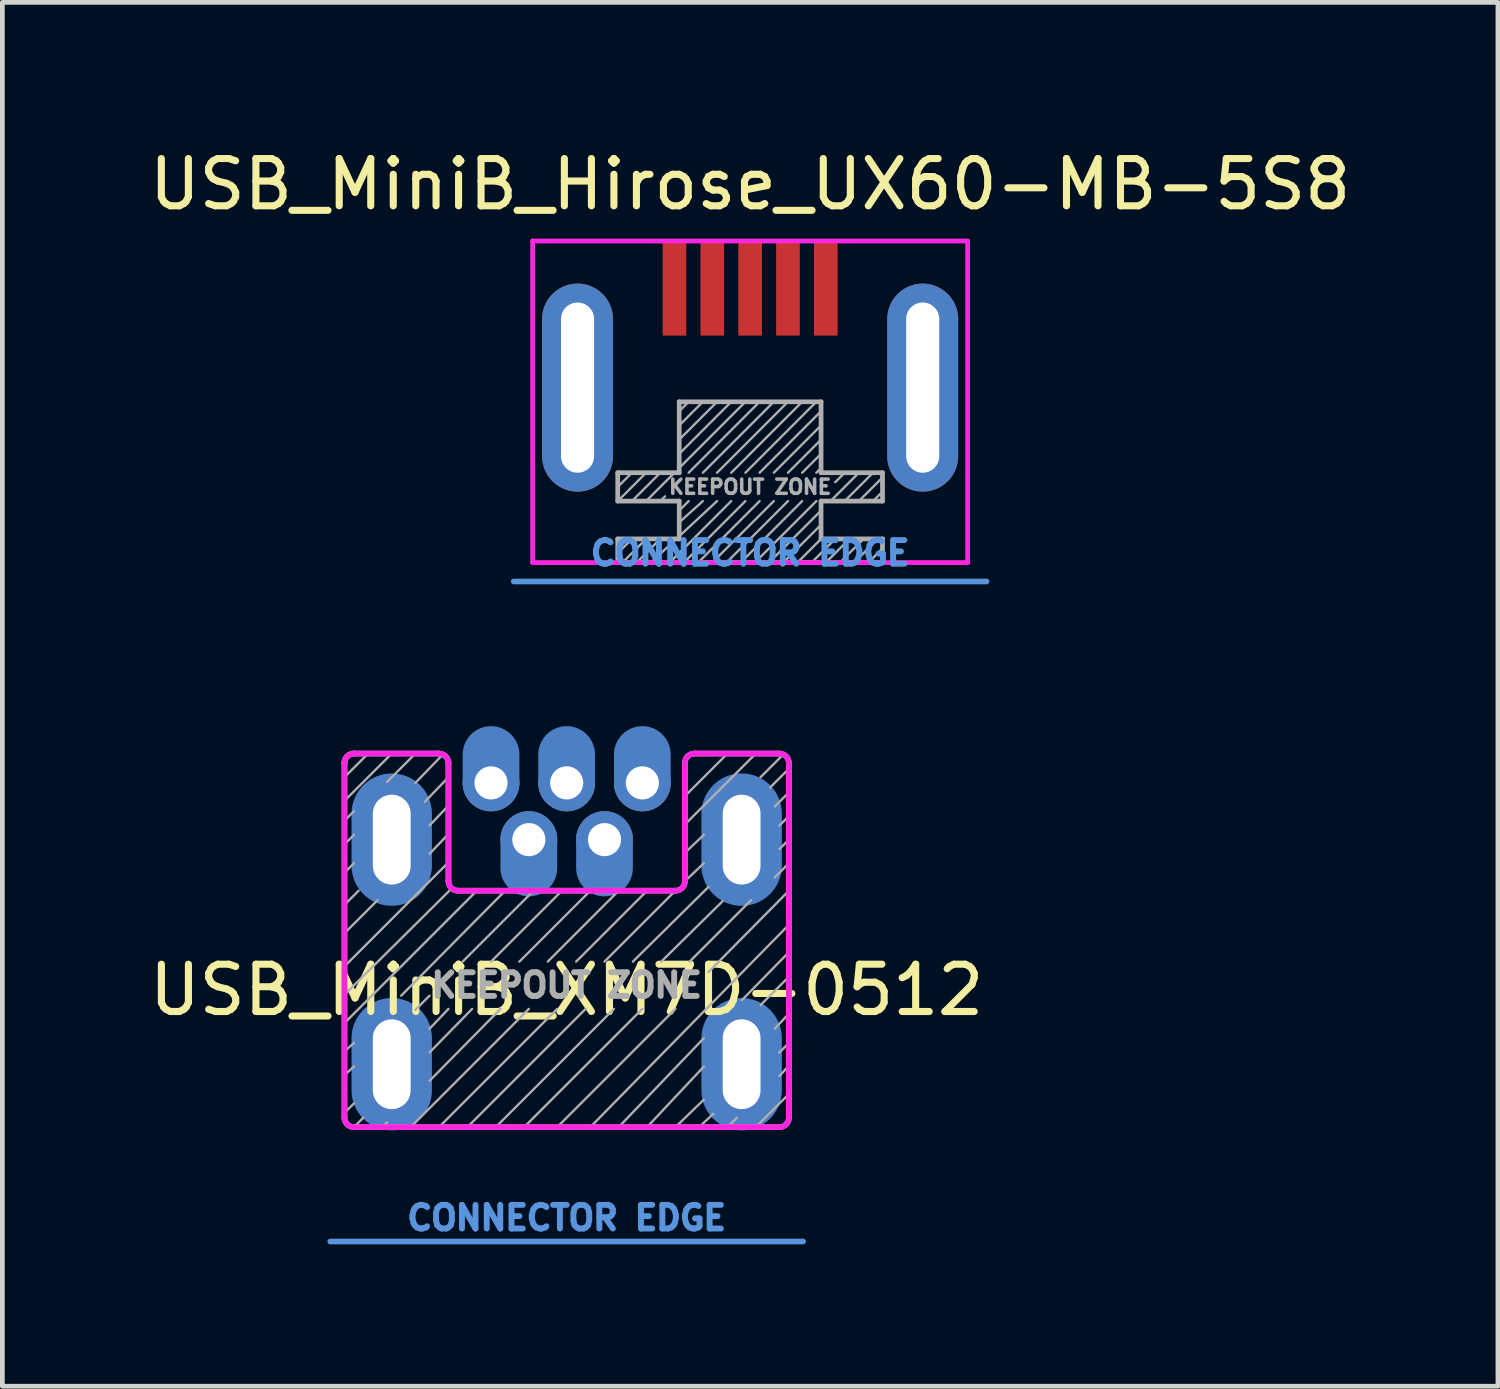
<source format=kicad_pcb>
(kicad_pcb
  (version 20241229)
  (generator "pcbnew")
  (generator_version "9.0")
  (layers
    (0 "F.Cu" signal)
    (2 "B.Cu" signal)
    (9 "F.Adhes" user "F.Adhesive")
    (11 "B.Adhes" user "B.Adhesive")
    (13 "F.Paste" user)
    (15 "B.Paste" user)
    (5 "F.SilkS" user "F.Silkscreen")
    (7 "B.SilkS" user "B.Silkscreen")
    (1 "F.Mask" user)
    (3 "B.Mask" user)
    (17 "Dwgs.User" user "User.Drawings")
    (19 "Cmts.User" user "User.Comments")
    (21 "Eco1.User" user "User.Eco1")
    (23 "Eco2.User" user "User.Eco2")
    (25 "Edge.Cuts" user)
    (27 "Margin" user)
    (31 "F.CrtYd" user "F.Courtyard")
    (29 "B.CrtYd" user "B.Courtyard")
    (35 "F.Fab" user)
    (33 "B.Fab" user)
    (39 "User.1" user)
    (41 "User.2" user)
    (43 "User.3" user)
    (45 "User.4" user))
  (footprint "USB_MiniB_Hirose_UX60-MB-5S8"
    (layer "F.Cu")
    (at 12.815 2.048)
    (property "Reference" "USB_MiniB_Hirose_UX60-MB-5S8" (at 0 -1.2 0) (layer "F.SilkS") (effects (font (size 1 1) (thickness 0.15))))
    (attr through_hole)
    (fp_line (start -5 7.2) (end 5 7.2) (stroke (width 0.12) (type solid)) (layer "Cmts.User"))
    (fp_line (start -4.6 0) (end 4.6 0) (stroke (width 0.1) (type solid)) (layer "F.CrtYd"))
    (fp_line (start -4.6 6.8) (end -4.6 0) (stroke (width 0.1) (type solid)) (layer "F.CrtYd"))
    (fp_line (start -4.6 6.8) (end 4.6 6.8) (stroke (width 0.1) (type solid)) (layer "F.CrtYd"))
    (fp_line (start 4.6 6.8) (end 4.6 0) (stroke (width 0.1) (type solid)) (layer "F.CrtYd"))
    (fp_line (start -2.8 4.9) (end -2.8 5.5) (stroke (width 0.1) (type solid)) (layer "F.Fab"))
    (fp_line (start -2.8 4.9) (end -1.5 4.9) (stroke (width 0.1) (type solid)) (layer "F.Fab"))
    (fp_line (start -2.8 5.2) (end -2.5 4.9) (stroke (width 0.05) (type solid)) (layer "F.Fab"))
    (fp_line (start -2.8 5.5) (end -2.2 4.9) (stroke (width 0.05) (type solid)) (layer "F.Fab"))
    (fp_line (start -2.8 5.5) (end -1.5 5.5) (stroke (width 0.1) (type solid)) (layer "F.Fab"))
    (fp_line (start -2.8 6.3) (end -2.8 6.8) (stroke (width 0.1) (type solid)) (layer "F.Fab"))
    (fp_line (start -2.8 6.3) (end -1.5 6.3) (stroke (width 0.1) (type solid)) (layer "F.Fab"))
    (fp_line (start -2.8 6.6) (end -2.5 6.3) (stroke (width 0.05) (type solid)) (layer "F.Fab"))
    (fp_line (start -2.7 6.8) (end -2.2 6.3) (stroke (width 0.05) (type solid)) (layer "F.Fab"))
    (fp_line (start -2.5 5.5) (end -1.9 4.9) (stroke (width 0.05) (type solid)) (layer "F.Fab"))
    (fp_line (start -2.4 6.8) (end -1.9 6.3) (stroke (width 0.05) (type solid)) (layer "F.Fab"))
    (fp_line (start -2.2 5.5) (end -1.6 4.9) (stroke (width 0.05) (type solid)) (layer "F.Fab"))
    (fp_line (start -2.1 6.8) (end -0.7 5.5) (stroke (width 0.05) (type solid)) (layer "F.Fab"))
    (fp_line (start -1.9 5.5) (end -1.8 5.4) (stroke (width 0.05) (type solid)) (layer "F.Fab"))
    (fp_line (start -1.7 6.8) (end -0.4 5.5) (stroke (width 0.05) (type solid)) (layer "F.Fab"))
    (fp_line (start -1.5 3.4) (end -1.5 4.9) (stroke (width 0.1) (type solid)) (layer "F.Fab"))
    (fp_line (start -1.5 3.4) (end 1.5 3.4) (stroke (width 0.1) (type solid)) (layer "F.Fab"))
    (fp_line (start -1.5 3.6) (end -1.3 3.4) (stroke (width 0.05) (type solid)) (layer "F.Fab"))
    (fp_line (start -1.5 3.9) (end -1 3.4) (stroke (width 0.05) (type solid)) (layer "F.Fab"))
    (fp_line (start -1.5 4.2) (end -0.7 3.4) (stroke (width 0.05) (type solid)) (layer "F.Fab"))
    (fp_line (start -1.5 4.5) (end -0.4 3.4) (stroke (width 0.05) (type solid)) (layer "F.Fab"))
    (fp_line (start -1.5 4.8) (end -0.1 3.4) (stroke (width 0.05) (type solid)) (layer "F.Fab"))
    (fp_line (start -1.5 5.7) (end -1.3 5.5) (stroke (width 0.05) (type solid)) (layer "F.Fab"))
    (fp_line (start -1.5 5.95) (end -1 5.5) (stroke (width 0.05) (type solid)) (layer "F.Fab"))
    (fp_line (start -1.5 6.3) (end -1.5 5.5) (stroke (width 0.1) (type solid)) (layer "F.Fab"))
    (fp_line (start -1.4 6.8) (end -0.1 5.5) (stroke (width 0.05) (type solid)) (layer "F.Fab"))
    (fp_line (start -1.3 4.9) (end 0.2 3.4) (stroke (width 0.05) (type solid)) (layer "F.Fab"))
    (fp_line (start -1.1 6.8) (end 0.2 5.5) (stroke (width 0.05) (type solid)) (layer "F.Fab"))
    (fp_line (start -1 4.9) (end 0.5 3.4) (stroke (width 0.05) (type solid)) (layer "F.Fab"))
    (fp_line (start -0.8 6.8) (end 0.5 5.5) (stroke (width 0.05) (type solid)) (layer "F.Fab"))
    (fp_line (start -0.7 4.9) (end 0.8 3.4) (stroke (width 0.05) (type solid)) (layer "F.Fab"))
    (fp_line (start -0.5 6.8) (end 0.8 5.5) (stroke (width 0.05) (type solid)) (layer "F.Fab"))
    (fp_line (start -0.4 4.9) (end 1.1 3.4) (stroke (width 0.05) (type solid)) (layer "F.Fab"))
    (fp_line (start -0.2 6.8) (end 1.1 5.5) (stroke (width 0.05) (type solid)) (layer "F.Fab"))
    (fp_line (start -0.1 4.9) (end 1.4 3.4) (stroke (width 0.05) (type solid)) (layer "F.Fab"))
    (fp_line (start 0.1 6.8) (end 1.4 5.5) (stroke (width 0.05) (type solid)) (layer "F.Fab"))
    (fp_line (start 0.2 4.9) (end 1.5 3.6) (stroke (width 0.05) (type solid)) (layer "F.Fab"))
    (fp_line (start 0.4 6.8) (end 1.5 5.7) (stroke (width 0.05) (type solid)) (layer "F.Fab"))
    (fp_line (start 0.5 4.9) (end 1.5 3.9) (stroke (width 0.05) (type solid)) (layer "F.Fab"))
    (fp_line (start 0.7 6.8) (end 1.5 6) (stroke (width 0.05) (type solid)) (layer "F.Fab"))
    (fp_line (start 0.8 4.9) (end 1.5 4.2) (stroke (width 0.05) (type solid)) (layer "F.Fab"))
    (fp_line (start 1 6.8) (end 1.5 6.3) (stroke (width 0.05) (type solid)) (layer "F.Fab"))
    (fp_line (start 1.1 4.9) (end 1.5 4.5) (stroke (width 0.05) (type solid)) (layer "F.Fab"))
    (fp_line (start 1.3 6.8) (end 1.8 6.3) (stroke (width 0.05) (type solid)) (layer "F.Fab"))
    (fp_line (start 1.4 4.9) (end 1.5 4.8) (stroke (width 0.05) (type solid)) (layer "F.Fab"))
    (fp_line (start 1.5 3.4) (end 1.5 4.9) (stroke (width 0.1) (type solid)) (layer "F.Fab"))
    (fp_line (start 1.5 4.9) (end 2.8 4.9) (stroke (width 0.1) (type solid)) (layer "F.Fab"))
    (fp_line (start 1.5 5.5) (end 2.8 5.5) (stroke (width 0.1) (type solid)) (layer "F.Fab"))
    (fp_line (start 1.5 6.3) (end 1.5 5.5) (stroke (width 0.1) (type solid)) (layer "F.Fab"))
    (fp_line (start 1.5 6.3) (end 2.8 6.3) (stroke (width 0.1) (type solid)) (layer "F.Fab"))
    (fp_line (start 1.6 6.8) (end 2.1 6.3) (stroke (width 0.05) (type solid)) (layer "F.Fab"))
    (fp_line (start 1.7 5.5) (end 2.3 4.9) (stroke (width 0.05) (type solid)) (layer "F.Fab"))
    (fp_line (start 1.8 5.1) (end 2 4.9) (stroke (width 0.05) (type solid)) (layer "F.Fab"))
    (fp_line (start 1.9 6.8) (end 2.4 6.3) (stroke (width 0.05) (type solid)) (layer "F.Fab"))
    (fp_line (start 2 5.5) (end 2.6 4.9) (stroke (width 0.05) (type solid)) (layer "F.Fab"))
    (fp_line (start 2.2 6.8) (end 2.7 6.3) (stroke (width 0.05) (type solid)) (layer "F.Fab"))
    (fp_line (start 2.3 5.5) (end 2.8 5) (stroke (width 0.05) (type solid)) (layer "F.Fab"))
    (fp_line (start 2.5 6.8) (end 2.8 6.5) (stroke (width 0.05) (type solid)) (layer "F.Fab"))
    (fp_line (start 2.6 5.5) (end 2.8 5.3) (stroke (width 0.05) (type solid)) (layer "F.Fab"))
    (fp_line (start 2.8 4.9) (end 2.8 5.5) (stroke (width 0.1) (type solid)) (layer "F.Fab"))
    (fp_line (start 2.8 6.3) (end 2.8 6.8) (stroke (width 0.1) (type solid)) (layer "F.Fab"))
    (fp_line (start 2.8 6.8) (end -2.8 6.8) (stroke (width 0.1) (type solid)) (layer "F.Fab"))
    (fp_text user "CONNECTOR EDGE" (at 0 6.6 0) (layer "Cmts.User") (effects (font (size 0.5 0.5) (thickness 0.125))))
    (fp_text user "KEEPOUT ZONE" (at 0 5.2 0) (layer "F.Fab") (effects (font (size 0.3 0.3) (thickness 0.075))))
    (pad "1" smd rect (at -1.6 1) (size 0.5 2) (layers "F.Cu" "F.Mask" "F.Paste"))
    (pad "2" smd rect (at -0.8 1) (size 0.5 2) (layers "F.Cu" "F.Mask" "F.Paste"))
    (pad "3" smd rect (at 0 1) (size 0.5 2) (layers "F.Cu" "F.Mask" "F.Paste"))
    (pad "4" smd rect (at 0.8 1) (size 0.5 2) (layers "F.Cu" "F.Mask" "F.Paste"))
    (pad "5" smd rect (at 1.6 1) (size 0.5 2) (layers "F.Cu" "F.Mask" "F.Paste"))
    (pad "6" thru_hole oval (at -3.65 3.1) (size 1.5 4.4) (drill oval 0.7 3.6) (layers "*.Cu" "*.Mask"))
    (pad "6" thru_hole oval (at 3.65 3.1) (size 1.5 4.4) (drill oval 0.7 3.6) (layers "*.Cu" "*.Mask")))
  (footprint "USB_MiniB_XM7D-0512"
    (layer "F.Cu")
    (at 8.935 14.708)
    (property "Reference" "USB_MiniB_XM7D-0512" (at 0 3.18 0) (layer "F.SilkS") (effects (font (size 1 1) (thickness 0.15))))
    (attr through_hole)
    (fp_line (start -5 8.5) (end 5 8.5) (stroke (width 0.12) (type solid)) (layer "Cmts.User"))
    (fp_line (start -4.7 5.88) (end -4.7 -1.62) (stroke (width 0.12) (type solid)) (layer "F.CrtYd"))
    (fp_line (start -4.5 -1.82) (end -2.7 -1.82) (stroke (width 0.12) (type solid)) (layer "F.CrtYd"))
    (fp_line (start -2.5 -1.62) (end -2.5 0.88) (stroke (width 0.12) (type solid)) (layer "F.CrtYd"))
    (fp_line (start -2.3 1.08) (end 2.3 1.08) (stroke (width 0.12) (type solid)) (layer "F.CrtYd"))
    (fp_line (start 2.5 0.88) (end 2.5 -1.62) (stroke (width 0.12) (type solid)) (layer "F.CrtYd"))
    (fp_line (start 2.7 -1.82) (end 4.5 -1.82) (stroke (width 0.12) (type solid)) (layer "F.CrtYd"))
    (fp_line (start 4.5 6.08) (end -4.5 6.08) (stroke (width 0.12) (type solid)) (layer "F.CrtYd"))
    (fp_line (start 4.7 -1.62) (end 4.7 5.88) (stroke (width 0.12) (type solid)) (layer "F.CrtYd"))
    (fp_arc (start -4.7 -1.62) (mid -4.641421 -1.761421) (end -4.5 -1.82) (stroke (width 0.12) (type solid)) (layer "F.CrtYd"))
    (fp_arc (start -4.5 6.08) (mid -4.641421 6.021421) (end -4.7 5.88) (stroke (width 0.12) (type solid)) (layer "F.CrtYd"))
    (fp_arc (start -2.7 -1.82) (mid -2.558579 -1.761421) (end -2.5 -1.62) (stroke (width 0.12) (type solid)) (layer "F.CrtYd"))
    (fp_arc (start -2.3 1.08) (mid -2.441421 1.021421) (end -2.5 0.88) (stroke (width 0.12) (type solid)) (layer "F.CrtYd"))
    (fp_arc (start 2.5 -1.62) (mid 2.558579 -1.761421) (end 2.7 -1.82) (stroke (width 0.12) (type solid)) (layer "F.CrtYd"))
    (fp_arc (start 2.5 0.88) (mid 2.441421 1.021421) (end 2.3 1.08) (stroke (width 0.12) (type solid)) (layer "F.CrtYd"))
    (fp_arc (start 4.5 -1.82) (mid 4.641421 -1.761421) (end 4.7 -1.62) (stroke (width 0.12) (type solid)) (layer "F.CrtYd"))
    (fp_arc (start 4.7 5.88) (mid 4.641421 6.021421) (end 4.5 6.08) (stroke (width 0.12) (type solid)) (layer "F.CrtYd"))
    (fp_line (start -4.7 -1.32) (end -4.2 -1.82) (stroke (width 0.05) (type solid)) (layer "F.Fab"))
    (fp_line (start -4.7 -0.82) (end -3.7 -1.82) (stroke (width 0.05) (type solid)) (layer "F.Fab"))
    (fp_line (start -4.7 -0.4) (end -4.5 -0.6) (stroke (width 0.05) (type solid)) (layer "F.Fab"))
    (fp_line (start -4.7 0.1) (end -4.5 -0.1) (stroke (width 0.05) (type solid)) (layer "F.Fab"))
    (fp_line (start -4.7 0.7) (end -4.5 0.5) (stroke (width 0.05) (type solid)) (layer "F.Fab"))
    (fp_line (start -4.7 1.38) (end -4.4 1.08) (stroke (width 0.05) (type solid)) (layer "F.Fab"))
    (fp_line (start -4.7 1.98) (end -4 1.28) (stroke (width 0.05) (type solid)) (layer "F.Fab"))
    (fp_line (start -4.7 2.68) (end -2.5 0.48) (stroke (width 0.05) (type solid)) (layer "F.Fab"))
    (fp_line (start -4.7 3.28) (end -2.45 1.05) (stroke (width 0.05) (type solid)) (layer "F.Fab"))
    (fp_line (start -4.7 3.88) (end -1.9 1.08) (stroke (width 0.05) (type solid)) (layer "F.Fab"))
    (fp_line (start -4.7 4.48) (end -4.5 4.3) (stroke (width 0.05) (type solid)) (layer "F.Fab"))
    (fp_line (start -4.7 4.98) (end -4.5 4.8) (stroke (width 0.05) (type solid)) (layer "F.Fab"))
    (fp_line (start -4.7 5.78) (end -4.5 5.58) (stroke (width 0.05) (type solid)) (layer "F.Fab"))
    (fp_line (start -4.7 5.88) (end -4.7 -1.62) (stroke (width 0.12) (type solid)) (layer "F.Fab"))
    (fp_line (start -4.5 -1.82) (end -2.7 -1.82) (stroke (width 0.12) (type solid)) (layer "F.Fab"))
    (fp_line (start -4.5 6.08) (end -4.3 5.88) (stroke (width 0.05) (type solid)) (layer "F.Fab"))
    (fp_line (start -3.9 6.08) (end -3.8 5.98) (stroke (width 0.05) (type solid)) (layer "F.Fab"))
    (fp_line (start -3.8 -1.22) (end -3.2 -1.82) (stroke (width 0.05) (type solid)) (layer "F.Fab"))
    (fp_line (start -3.5 3.3) (end -1.3 1.08) (stroke (width 0.05) (type solid)) (layer "F.Fab"))
    (fp_line (start -3.3 6.08) (end -0.8 3.58) (stroke (width 0.05) (type solid)) (layer "F.Fab"))
    (fp_line (start -3.2 -1.2) (end -2.6 -1.82) (stroke (width 0.05) (type solid)) (layer "F.Fab"))
    (fp_line (start -3.2 3.6) (end -2.9 3.3) (stroke (width 0.05) (type solid)) (layer "F.Fab"))
    (fp_line (start -3 -0.8) (end -2.5 -1.32) (stroke (width 0.05) (type solid)) (layer "F.Fab"))
    (fp_line (start -2.9 -0.3) (end -2.5 -0.72) (stroke (width 0.05) (type solid)) (layer "F.Fab"))
    (fp_line (start -2.9 0.3) (end -2.5 -0.12) (stroke (width 0.05) (type solid)) (layer "F.Fab"))
    (fp_line (start -2.9 4) (end -2.5 3.58) (stroke (width 0.05) (type solid)) (layer "F.Fab"))
    (fp_line (start -2.9 4.5) (end -2 3.58) (stroke (width 0.05) (type solid)) (layer "F.Fab"))
    (fp_line (start -2.9 5.1) (end -1.4 3.58) (stroke (width 0.05) (type solid)) (layer "F.Fab"))
    (fp_line (start -2.7 6.08) (end -0.2 3.58) (stroke (width 0.05) (type solid)) (layer "F.Fab"))
    (fp_line (start -2.5 -1.62) (end -2.5 0.88) (stroke (width 0.12) (type solid)) (layer "F.Fab"))
    (fp_line (start -2.3 1.08) (end 2.3 1.08) (stroke (width 0.12) (type solid)) (layer "F.Fab"))
    (fp_line (start -2.2 2.58) (end -0.7 1.08) (stroke (width 0.05) (type solid)) (layer "F.Fab"))
    (fp_line (start -2.1 6.08) (end 0.4 3.58) (stroke (width 0.05) (type solid)) (layer "F.Fab"))
    (fp_line (start -1.6 2.58) (end -0.1 1.08) (stroke (width 0.05) (type solid)) (layer "F.Fab"))
    (fp_line (start -1.5 6.08) (end 1 3.58) (stroke (width 0.05) (type solid)) (layer "F.Fab"))
    (fp_line (start -1 2.58) (end 0.5 1.08) (stroke (width 0.05) (type solid)) (layer "F.Fab"))
    (fp_line (start -0.9 6.08) (end 1.6 3.58) (stroke (width 0.05) (type solid)) (layer "F.Fab"))
    (fp_line (start -0.4 2.58) (end 1.1 1.08) (stroke (width 0.05) (type solid)) (layer "F.Fab"))
    (fp_line (start -0.2 6.08) (end 2.3 3.58) (stroke (width 0.05) (type solid)) (layer "F.Fab"))
    (fp_line (start 0.2 2.58) (end 1.7 1.08) (stroke (width 0.05) (type solid)) (layer "F.Fab"))
    (fp_line (start 0.5 6.08) (end 4.7 1.8) (stroke (width 0.05) (type solid)) (layer "F.Fab"))
    (fp_line (start 0.8 2.58) (end 2.3 1.08) (stroke (width 0.05) (type solid)) (layer "F.Fab"))
    (fp_line (start 1.1 6.08) (end 2.9 4.2) (stroke (width 0.05) (type solid)) (layer "F.Fab"))
    (fp_line (start 1.4 2.58) (end 3 1) (stroke (width 0.05) (type solid)) (layer "F.Fab"))
    (fp_line (start 1.7 6.08) (end 2.9 4.8) (stroke (width 0.05) (type solid)) (layer "F.Fab"))
    (fp_line (start 2 2.58) (end 3.3 1.3) (stroke (width 0.05) (type solid)) (layer "F.Fab"))
    (fp_line (start 2.3 6.08) (end 2.9 5.5) (stroke (width 0.05) (type solid)) (layer "F.Fab"))
    (fp_line (start 2.5 -0.92) (end 3.4 -1.82) (stroke (width 0.05) (type solid)) (layer "F.Fab"))
    (fp_line (start 2.5 -0.32) (end 4 -1.82) (stroke (width 0.05) (type solid)) (layer "F.Fab"))
    (fp_line (start 2.5 0.28) (end 2.9 -0.1) (stroke (width 0.05) (type solid)) (layer "F.Fab"))
    (fp_line (start 2.5 0.88) (end 2.5 -1.62) (stroke (width 0.12) (type solid)) (layer "F.Fab"))
    (fp_line (start 2.5 0.88) (end 2.9 0.5) (stroke (width 0.05) (type solid)) (layer "F.Fab"))
    (fp_line (start 2.6 2.58) (end 3.9 1.28) (stroke (width 0.05) (type solid)) (layer "F.Fab"))
    (fp_line (start 2.7 -1.82) (end 4.5 -1.82) (stroke (width 0.12) (type solid)) (layer "F.Fab"))
    (fp_line (start 2.8 6.08) (end 3.1 5.8) (stroke (width 0.05) (type solid)) (layer "F.Fab"))
    (fp_line (start 3 2.8) (end 4.7 1.08) (stroke (width 0.05) (type solid)) (layer "F.Fab"))
    (fp_line (start 3.4 6.08) (end 3.6 5.88) (stroke (width 0.05) (type solid)) (layer "F.Fab"))
    (fp_line (start 3.7 3.4) (end 4.7 2.38) (stroke (width 0.05) (type solid)) (layer "F.Fab"))
    (fp_line (start 4 6.08) (end 4.7 5.38) (stroke (width 0.05) (type solid)) (layer "F.Fab"))
    (fp_line (start 4.1 -1.32) (end 4.6 -1.82) (stroke (width 0.05) (type solid)) (layer "F.Fab"))
    (fp_line (start 4.1 3.5) (end 4.7 2.9) (stroke (width 0.05) (type solid)) (layer "F.Fab"))
    (fp_line (start 4.3 -1.1) (end 4.7 -1.5) (stroke (width 0.05) (type solid)) (layer "F.Fab"))
    (fp_line (start 4.4 -0.7) (end 4.7 -1) (stroke (width 0.05) (type solid)) (layer "F.Fab"))
    (fp_line (start 4.4 0.8) (end 4.7 0.5) (stroke (width 0.05) (type solid)) (layer "F.Fab"))
    (fp_line (start 4.4 4) (end 4.7 3.68) (stroke (width 0.05) (type solid)) (layer "F.Fab"))
    (fp_line (start 4.5 -0.3) (end 4.7 -0.5) (stroke (width 0.05) (type solid)) (layer "F.Fab"))
    (fp_line (start 4.5 0.2) (end 4.7 0) (stroke (width 0.05) (type solid)) (layer "F.Fab"))
    (fp_line (start 4.5 4.5) (end 4.7 4.3) (stroke (width 0.05) (type solid)) (layer "F.Fab"))
    (fp_line (start 4.5 5) (end 4.7 4.78) (stroke (width 0.05) (type solid)) (layer "F.Fab"))
    (fp_line (start 4.5 6.08) (end -4.5 6.08) (stroke (width 0.12) (type solid)) (layer "F.Fab"))
    (fp_line (start 4.7 -1.62) (end 4.7 5.88) (stroke (width 0.12) (type solid)) (layer "F.Fab"))
    (fp_arc (start -4.7 -1.62) (mid -4.641421 -1.761421) (end -4.5 -1.82) (stroke (width 0.12) (type solid)) (layer "F.Fab"))
    (fp_arc (start -4.7 -1.62) (mid -4.641421 -1.761421) (end -4.5 -1.82) (stroke (width 0.12) (type solid)) (layer "F.Fab"))
    (fp_arc (start -4.5 6.08) (mid -4.641421 6.021421) (end -4.7 5.88) (stroke (width 0.12) (type solid)) (layer "F.Fab"))
    (fp_arc (start -2.7 -1.82) (mid -2.558579 -1.761421) (end -2.5 -1.62) (stroke (width 0.12) (type solid)) (layer "F.Fab"))
    (fp_arc (start -2.3 1.08) (mid -2.441421 1.021421) (end -2.5 0.88) (stroke (width 0.12) (type solid)) (layer "F.Fab"))
    (fp_arc (start 2.5 -1.62) (mid 2.558579 -1.761421) (end 2.7 -1.82) (stroke (width 0.12) (type solid)) (layer "F.Fab"))
    (fp_arc (start 2.5 0.88) (mid 2.441421 1.021421) (end 2.3 1.08) (stroke (width 0.12) (type solid)) (layer "F.Fab"))
    (fp_arc (start 4.5 -1.82) (mid 4.641421 -1.761421) (end 4.7 -1.62) (stroke (width 0.12) (type solid)) (layer "F.Fab"))
    (fp_arc (start 4.7 5.88) (mid 4.641421 6.021421) (end 4.5 6.08) (stroke (width 0.12) (type solid)) (layer "F.Fab"))
    (fp_text user "CONNECTOR EDGE" (at 0 8 0) (layer "Cmts.User") (effects (font (size 0.5 0.5) (thickness 0.125))))
    (fp_text user "KEEPOUT ZONE" (at 0 3.08 0) (layer "F.Fab") (effects (font (size 0.5 0.5) (thickness 0.125))))
    (pad "1" smd oval (at -1.6 -1.5) (size 1.2 1.8) (layers "B.Cu" "B.Mask"))
    (pad "1" thru_hole circle (at -1.6 -1.2) (size 1.2 1.2) (drill 0.7) (layers "*.Cu" "*.Mask"))
    (pad "2" thru_hole circle (at -0.8 0) (size 1.2 1.2) (drill 0.7) (layers "*.Cu" "*.Mask"))
    (pad "2" smd oval (at -0.8 0.3) (size 1.2 1.8) (layers "B.Cu" "B.Mask"))
    (pad "3" smd oval (at 0 -1.5) (size 1.2 1.8) (layers "B.Cu" "B.Mask"))
    (pad "3" thru_hole circle (at 0 -1.2) (size 1.2 1.2) (drill 0.7) (layers "*.Cu" "*.Mask"))
    (pad "4" thru_hole circle (at 0.8 0) (size 1.2 1.2) (drill 0.7) (layers "*.Cu" "*.Mask"))
    (pad "4" smd oval (at 0.8 0.3) (size 1.2 1.8) (layers "B.Cu" "B.Mask"))
    (pad "5" smd oval (at 1.6 -1.5) (size 1.2 1.8) (layers "B.Cu" "B.Mask"))
    (pad "5" thru_hole circle (at 1.6 -1.2) (size 1.2 1.2) (drill 0.7) (layers "*.Cu" "*.Mask"))
    (pad "6" thru_hole oval (at -3.7 0) (size 1.3 2.4) (drill oval 0.8 1.9) (layers "*.Cu" "*.Mask"))
    (pad "6" smd oval (at -3.7 0) (size 1.7 2.8) (layers "B.Cu" "B.Mask"))
    (pad "6" thru_hole oval (at -3.7 4.75) (size 1.3 2.4) (drill oval 0.8 1.9) (layers "*.Cu" "*.Mask"))
    (pad "6" smd oval (at -3.7 4.75) (size 1.7 2.8) (layers "B.Cu" "B.Mask"))
    (pad "6" thru_hole oval (at 3.7 0) (size 1.3 2.4) (drill oval 0.8 1.9) (layers "*.Cu" "*.Mask"))
    (pad "6" smd oval (at 3.7 0) (size 1.7 2.8) (layers "B.Cu" "B.Mask"))
    (pad "6" thru_hole oval (at 3.7 4.75) (size 1.3 2.4) (drill oval 0.8 1.9) (layers "*.Cu" "*.Mask"))
    (pad "6" smd oval (at 3.7 4.75) (size 1.7 2.8) (layers "B.Cu" "B.Mask")))
  (gr_rect
    (start -3 -3)
    (end 28.631 26.268)
    (stroke (width 0.1) (type default))
    (fill no)
    (layer "Edge.Cuts")))
</source>
